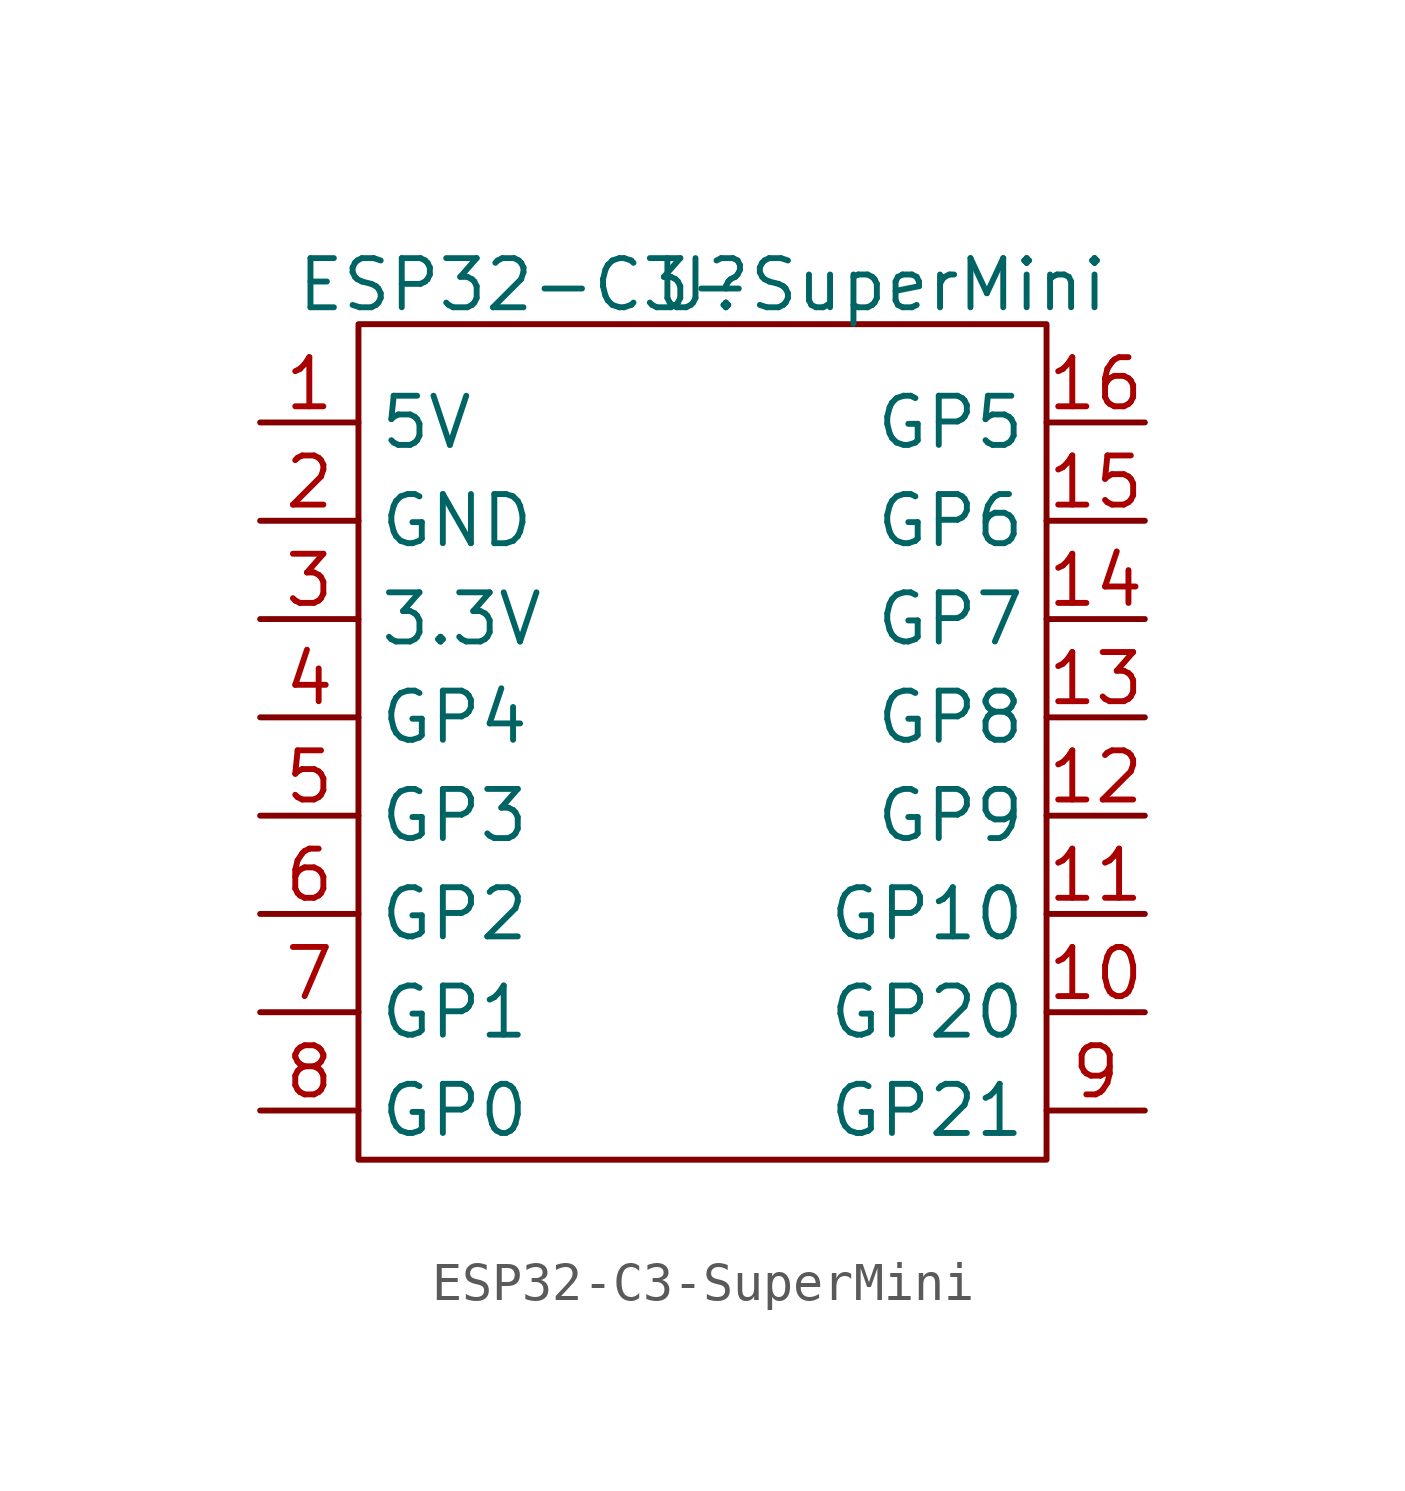
<source format=kicad_sym>
(kicad_symbol_lib
  (version 20241209)
  (generator "kicad_symbol_editor")
  (generator_version "9.0")
  (symbol "ESP32-C3-SuperMini"
    (property "Reference" "U"
      (at 0 1.016 0)
      (effects (font (size 1.27 1.27))))
    (property "Value" "ESP32-C3-SuperMini"
      (at 0 1.016 0)
      (effects (font (size 1.27 1.27))))
    (symbol "ESP32-C3-SuperMini_0_1"
      (rectangle (start -8.89 0) (end 8.89 -21.59) (stroke (width 0) (type default)) (fill (type none))))
    (symbol "ESP32-C3-SuperMini_1_1"
      (pin bidirectional line (at -11.43 -2.54 0) (length 2.54) (name "5V" (effects (font (size 1.27 1.27)))) (number "1" (effects (font (size 1.27 1.27)))))
      (pin bidirectional line (at -11.43 -5.08 0) (length 2.54) (name "GND" (effects (font (size 1.27 1.27)))) (number "2" (effects (font (size 1.27 1.27)))))
      (pin bidirectional line (at -11.43 -7.62 0) (length 2.54) (name "3.3V" (effects (font (size 1.27 1.27)))) (number "3" (effects (font (size 1.27 1.27)))))
      (pin bidirectional line (at -11.43 -10.16 0) (length 2.54) (name "GP4" (effects (font (size 1.27 1.27)))) (number "4" (effects (font (size 1.27 1.27)))))
      (pin bidirectional line (at -11.43 -12.7 0) (length 2.54) (name "GP3" (effects (font (size 1.27 1.27)))) (number "5" (effects (font (size 1.27 1.27)))))
      (pin bidirectional line (at -11.43 -15.24 0) (length 2.54) (name "GP2" (effects (font (size 1.27 1.27)))) (number "6" (effects (font (size 1.27 1.27)))))
      (pin bidirectional line (at -11.43 -17.78 0) (length 2.54) (name "GP1" (effects (font (size 1.27 1.27)))) (number "7" (effects (font (size 1.27 1.27)))))
      (pin bidirectional line (at -11.43 -20.32 0) (length 2.54) (name "GP0" (effects (font (size 1.27 1.27)))) (number "8" (effects (font (size 1.27 1.27)))))
      (pin bidirectional line (at 11.43 -2.54 180) (length 2.54) (name "GP5" (effects (font (size 1.27 1.27)))) (number "16" (effects (font (size 1.27 1.27)))))
      (pin bidirectional line (at 11.43 -5.08 180) (length 2.54) (name "GP6" (effects (font (size 1.27 1.27)))) (number "15" (effects (font (size 1.27 1.27)))))
      (pin bidirectional line (at 11.43 -7.62 180) (length 2.54) (name "GP7" (effects (font (size 1.27 1.27)))) (number "14" (effects (font (size 1.27 1.27)))))
      (pin bidirectional line (at 11.43 -10.16 180) (length 2.54) (name "GP8" (effects (font (size 1.27 1.27)))) (number "13" (effects (font (size 1.27 1.27)))))
      (pin bidirectional line (at 11.43 -12.7 180) (length 2.54) (name "GP9" (effects (font (size 1.27 1.27)))) (number "12" (effects (font (size 1.27 1.27)))))
      (pin bidirectional line (at 11.43 -15.24 180) (length 2.54) (name "GP10" (effects (font (size 1.27 1.27)))) (number "11" (effects (font (size 1.27 1.27)))))
      (pin bidirectional line (at 11.43 -17.78 180) (length 2.54) (name "GP20" (effects (font (size 1.27 1.27)))) (number "10" (effects (font (size 1.27 1.27)))))
      (pin bidirectional line (at 11.43 -20.32 180) (length 2.54) (name "GP21" (effects (font (size 1.27 1.27)))) (number "9" (effects (font (size 1.27 1.27))))))))
</source>
